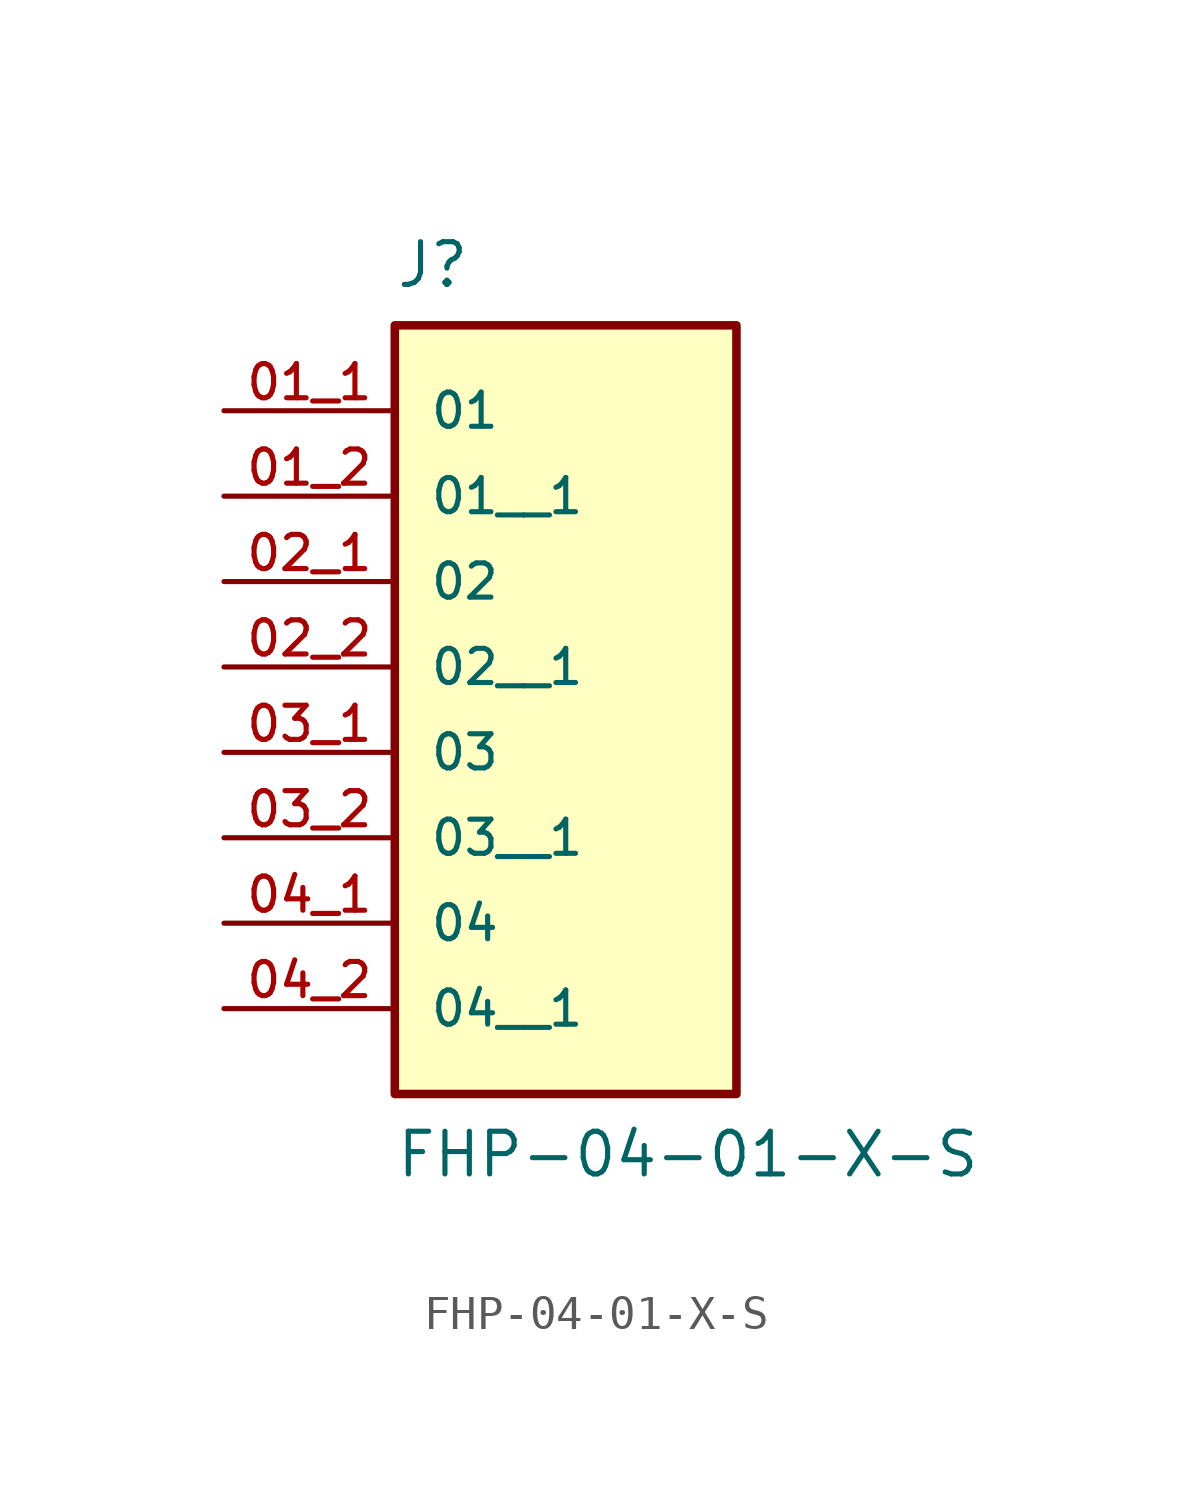
<source format=kicad_sym>
(kicad_symbol_lib
  (version 20211014)
  (generator kicad_symbol_editor)
  (symbol "FHP-04-01-X-S"
    (pin_names
      (offset 1.016))
    (property "Reference" "J"
      (at -5.08 7.62 0)
      (effects (font (size 1.27 1.27)) (justify top left)))
    (property "Value" "FHP-04-01-X-S"
      (at -5.08 -20.32 0)
      (effects (font (size 1.27 1.27)) (justify bottom left)))
    (symbol "FHP-04-01-X-S_0_0"
      (rectangle (start -5.08 -17.78) (end 5.08 5.08) (stroke (width 0.254)) (fill (type background)))
      (pin power_in line (at -10.16 2.54 0) (length 5.08) (name "01" (effects (font (size 1.016 1.016)))) (number "01_1" (effects (font (size 1.016 1.016)))))
      (pin power_in line (at -10.16 -2.54 0) (length 5.08) (name "02" (effects (font (size 1.016 1.016)))) (number "02_1" (effects (font (size 1.016 1.016)))))
      (pin power_in line (at -10.16 -7.62 0) (length 5.08) (name "03" (effects (font (size 1.016 1.016)))) (number "03_1" (effects (font (size 1.016 1.016)))))
      (pin power_in line (at -10.16 -12.7 0) (length 5.08) (name "04" (effects (font (size 1.016 1.016)))) (number "04_1" (effects (font (size 1.016 1.016)))))
      (pin power_in line (at -10.16 0.0 0) (length 5.08) (name "01__1" (effects (font (size 1.016 1.016)))) (number "01_2" (effects (font (size 1.016 1.016)))))
      (pin power_in line (at -10.16 -5.08 0) (length 5.08) (name "02__1" (effects (font (size 1.016 1.016)))) (number "02_2" (effects (font (size 1.016 1.016)))))
      (pin power_in line (at -10.16 -10.16 0) (length 5.08) (name "03__1" (effects (font (size 1.016 1.016)))) (number "03_2" (effects (font (size 1.016 1.016)))))
      (pin power_in line (at -10.16 -15.24 0) (length 5.08) (name "04__1" (effects (font (size 1.016 1.016)))) (number "04_2" (effects (font (size 1.016 1.016))))))))
</source>
